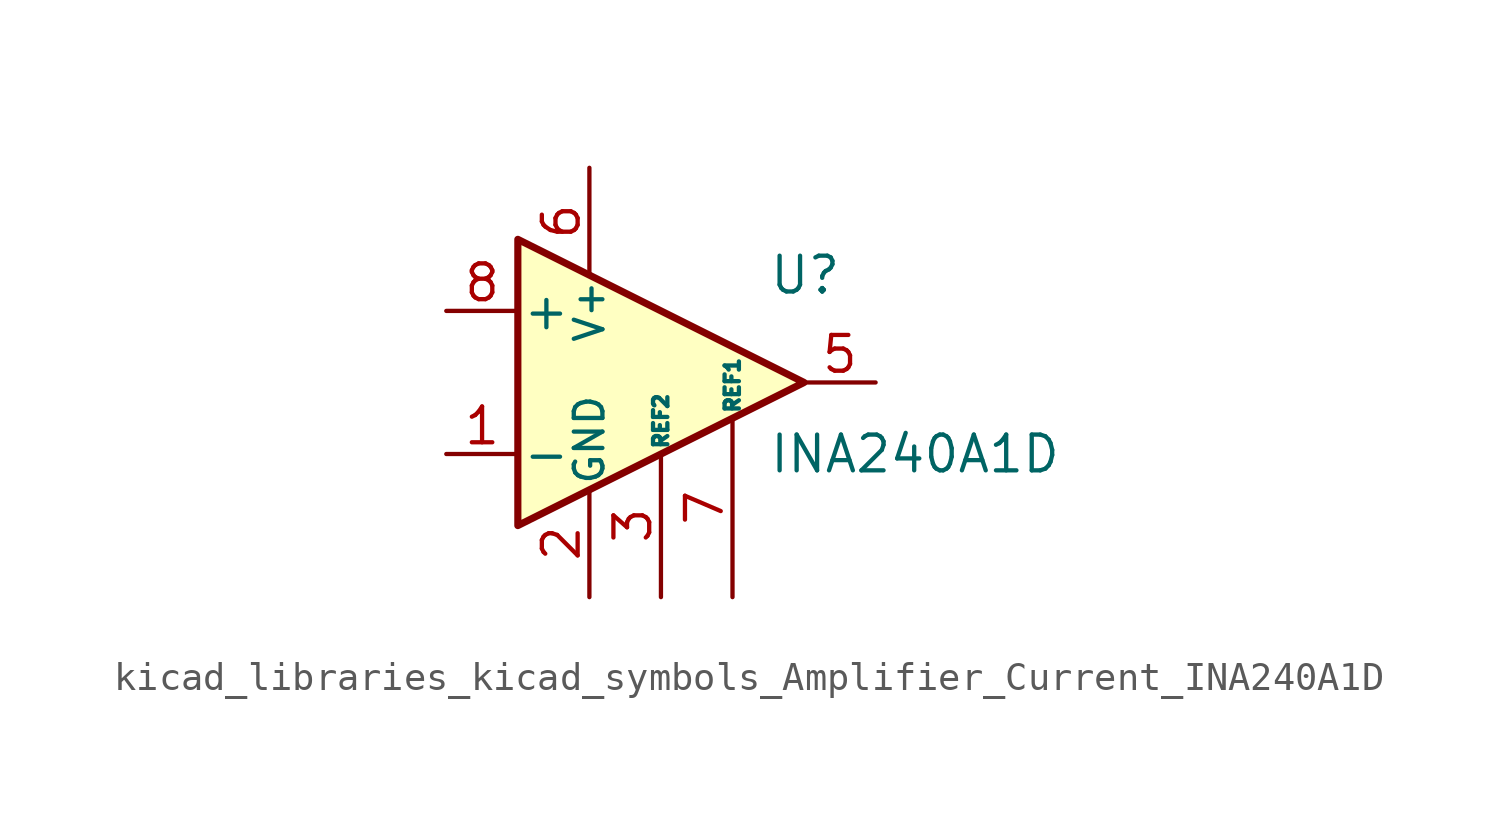
<source format=kicad_sym>
(kicad_symbol_lib
  (version 20220914)
  (generator kicad_symbol_editor)
  (symbol "kicad_libraries_kicad_symbols_Amplifier_Current_INA240A1D"
    (pin_names
      (offset 0.127))
    (property "Reference" "U"
      (at 3.81 3.81 0)
      (effects (font (size 1.27 1.27)) (justify left)))
    (property "Value" "INA240A1D"
      (at 3.81 -2.54 0)
      (effects (font (size 1.27 1.27)) (justify left)))
    (symbol "kicad_libraries_kicad_symbols_Amplifier_Current_INA240A1D_0_1"
      (polyline (pts (xy 5.08 0) (xy -5.08 5.08) (xy -5.08 -5.08) (xy 5.08 0)) (stroke (width 0.254) (type default)) (fill (type background))))
    (symbol "kicad_libraries_kicad_symbols_Amplifier_Current_INA240A1D_1_1"
      (pin input line (at -7.62 -2.54 0) (length 2.54) (name "-" (effects (font (size 1.27 1.27)))) (number "1" (effects (font (size 1.27 1.27)))))
      (pin power_in line (at -2.54 -7.62 90) (length 3.81) (name "GND" (effects (font (size 1.016 1.016)))) (number "2" (effects (font (size 1.27 1.27)))))
      (pin passive line (at 0 -7.62 90) (length 5.08) (name "REF2" (effects (font (size 0.508 0.508)))) (number "3" (effects (font (size 1.27 1.27)))))
      (pin passive line (at -2.54 -7.62 90) (length 3.81) hide (name "GND" (effects (font (size 1.016 1.016)))) (number "4" (effects (font (size 1.27 1.27)))))
      (pin output line (at 7.62 0 180) (length 2.54) (name "~" (effects (font (size 1.27 1.27)))) (number "5" (effects (font (size 1.27 1.27)))))
      (pin power_in line (at -2.54 7.62 270) (length 3.81) (name "V+" (effects (font (size 1.016 1.016)))) (number "6" (effects (font (size 1.27 1.27)))))
      (pin passive line (at 2.54 -7.62 90) (length 6.35) (name "REF1" (effects (font (size 0.508 0.508)))) (number "7" (effects (font (size 1.27 1.27)))))
      (pin input line (at -7.62 2.54 0) (length 2.54) (name "+" (effects (font (size 1.27 1.27)))) (number "8" (effects (font (size 1.27 1.27))))))))
</source>
